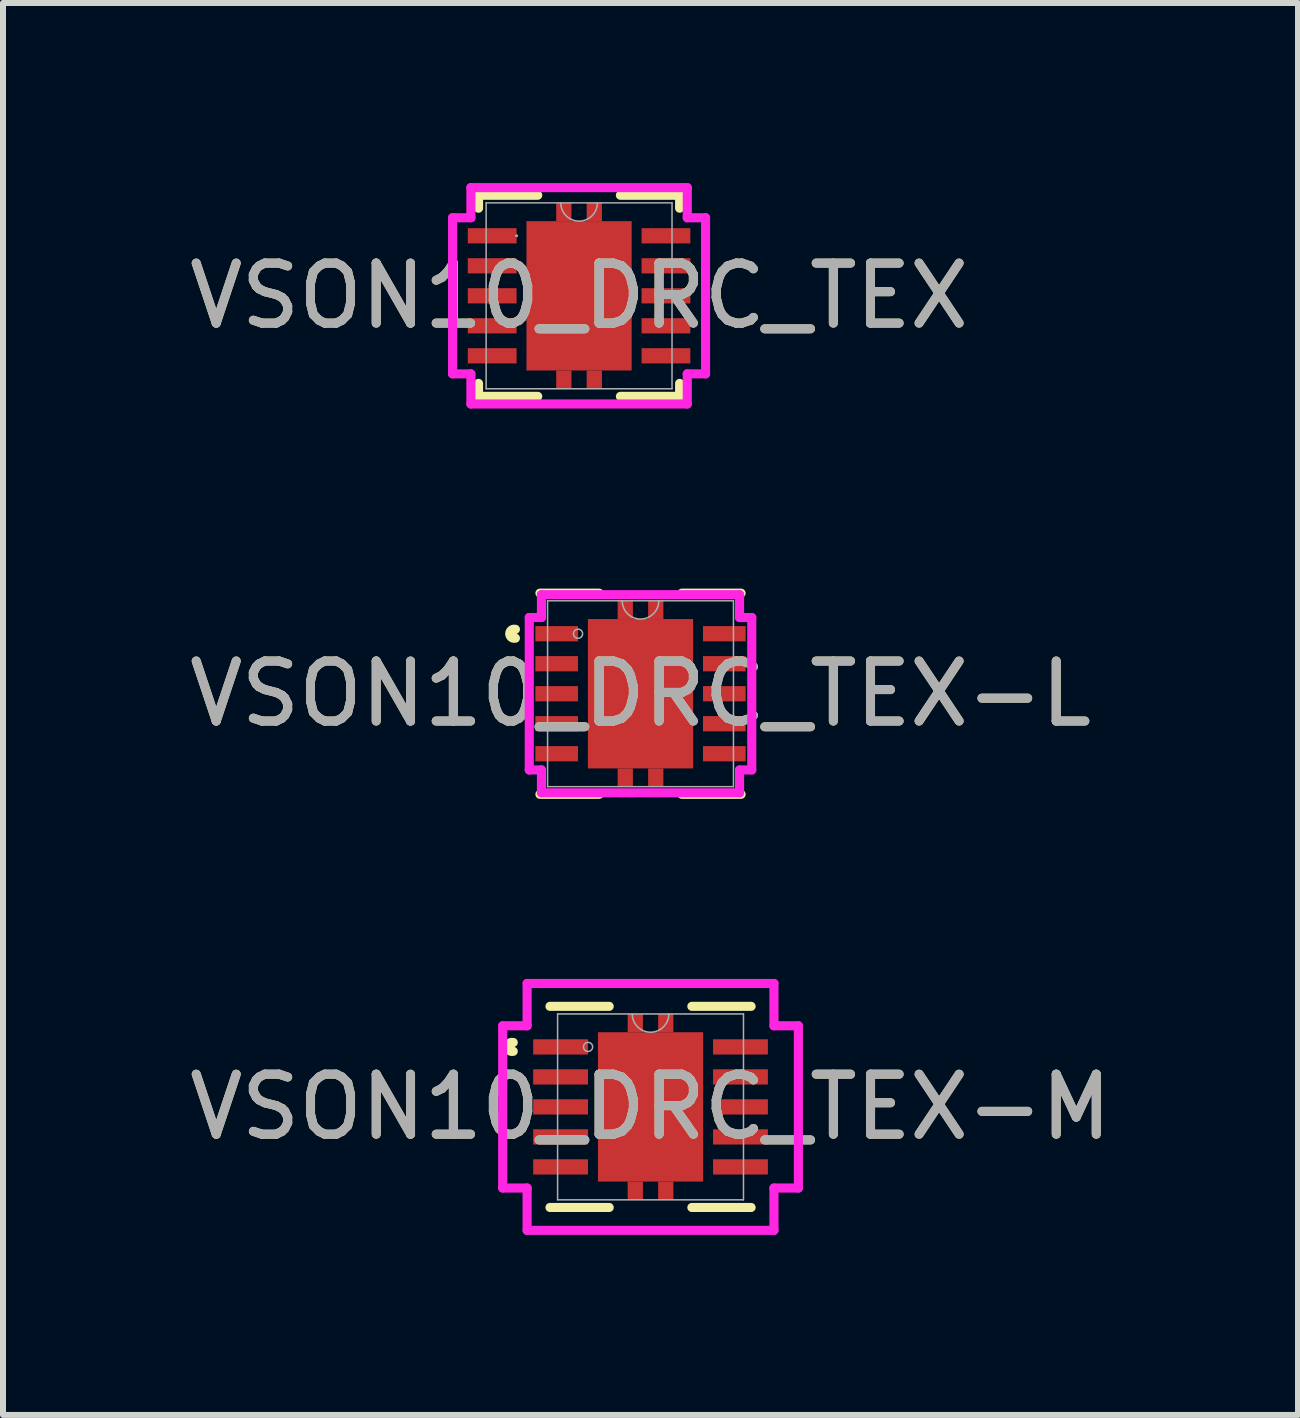
<source format=kicad_pcb>
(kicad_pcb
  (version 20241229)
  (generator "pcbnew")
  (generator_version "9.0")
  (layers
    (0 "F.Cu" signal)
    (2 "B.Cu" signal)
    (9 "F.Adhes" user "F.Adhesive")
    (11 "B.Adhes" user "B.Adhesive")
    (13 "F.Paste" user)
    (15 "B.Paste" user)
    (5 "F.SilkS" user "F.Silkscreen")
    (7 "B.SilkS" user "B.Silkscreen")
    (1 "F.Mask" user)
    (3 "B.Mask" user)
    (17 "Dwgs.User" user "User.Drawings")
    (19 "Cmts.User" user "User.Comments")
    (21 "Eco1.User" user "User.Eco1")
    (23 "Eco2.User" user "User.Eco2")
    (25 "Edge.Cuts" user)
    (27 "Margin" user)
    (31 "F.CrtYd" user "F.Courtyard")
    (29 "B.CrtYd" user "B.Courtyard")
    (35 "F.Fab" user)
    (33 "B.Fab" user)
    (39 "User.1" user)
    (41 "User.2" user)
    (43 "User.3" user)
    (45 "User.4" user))
  (footprint "VSON10_DRC_TEX-M"
    (layer "F.Cu")
    (at 7.792 15.398)
    (property "Reference" "VSON10_DRC_TEX-M" (at 0 0 0) (unlocked yes) (layer "F.SilkS") (effects (font (size 1 1) (thickness 0.15))))
    (attr smd)
    (fp_poly (pts (xy -0.381 -1.245) (xy -0.381 -1.549) (xy -0.127 -1.549) (xy -0.127 -1.245)) (stroke (width 0) (type solid)) (fill yes) (layer "F.Cu"))
    (fp_poly (pts (xy -0.381 1.245) (xy -0.381 1.549) (xy -0.127 1.549) (xy -0.127 1.245)) (stroke (width 0) (type solid)) (fill yes) (layer "F.Cu"))
    (fp_poly (pts (xy 0.381 -1.245) (xy 0.381 -1.549) (xy 0.127 -1.549) (xy 0.127 -1.245)) (stroke (width 0) (type solid)) (fill yes) (layer "F.Cu"))
    (fp_poly (pts (xy 0.381 1.245) (xy 0.381 1.549) (xy 0.127 1.549) (xy 0.127 1.245)) (stroke (width 0) (type solid)) (fill yes) (layer "F.Cu"))
    (fp_poly (pts (xy -0.381 -1.245) (xy -0.381 -1.549) (xy -0.127 -1.549) (xy -0.127 -1.245)) (stroke (width 0) (type solid)) (fill yes) (layer "F.Mask"))
    (fp_poly (pts (xy -0.381 1.245) (xy -0.381 1.549) (xy -0.127 1.549) (xy -0.127 1.245)) (stroke (width 0) (type solid)) (fill yes) (layer "F.Mask"))
    (fp_poly (pts (xy 0.381 -1.245) (xy 0.381 -1.549) (xy 0.127 -1.549) (xy 0.127 -1.245)) (stroke (width 0) (type solid)) (fill yes) (layer "F.Mask"))
    (fp_poly (pts (xy 0.381 1.245) (xy 0.381 1.549) (xy 0.127 1.549) (xy 0.127 1.245)) (stroke (width 0) (type solid)) (fill yes) (layer "F.Mask"))
    (fp_line (start -1.676 1.676) (end -0.689 1.676) (stroke (width 0.152) (type solid)) (layer "F.SilkS"))
    (fp_line (start -0.689 -1.676) (end -1.676 -1.676) (stroke (width 0.152) (type solid)) (layer "F.SilkS"))
    (fp_line (start 0.689 1.676) (end 1.676 1.676) (stroke (width 0.152) (type solid)) (layer "F.SilkS"))
    (fp_line (start 1.676 -1.676) (end 0.689 -1.676) (stroke (width 0.152) (type solid)) (layer "F.SilkS"))
    (fp_arc (start -2.28854 -0.926171) (mid -2.3836 -1) (end -2.28854 -1.073829) (stroke (width 0.1524) (type solid)) (layer "F.SilkS"))
    (fp_poly (pts (xy -0.381 -1.245) (xy -0.381 -1.549) (xy -0.127 -1.549) (xy -0.127 -1.245)) (stroke (width 0) (type solid)) (fill yes) (layer "F.Paste"))
    (fp_poly (pts (xy -0.381 1.245) (xy -0.381 1.549) (xy -0.127 1.549) (xy -0.127 1.245)) (stroke (width 0) (type solid)) (fill yes) (layer "F.Paste"))
    (fp_poly (pts (xy 0.381 -1.245) (xy 0.381 -1.549) (xy 0.127 -1.549) (xy 0.127 -1.245)) (stroke (width 0) (type solid)) (fill yes) (layer "F.Paste"))
    (fp_poly (pts (xy 0.381 1.245) (xy 0.381 1.549) (xy 0.127 1.549) (xy 0.127 1.245)) (stroke (width 0) (type solid)) (fill yes) (layer "F.Paste"))
    (fp_line (start -2.464 -1.352) (end -2.057 -1.352) (stroke (width 0.152) (type solid)) (layer "F.CrtYd"))
    (fp_line (start -2.464 1.352) (end -2.464 -1.352) (stroke (width 0.152) (type solid)) (layer "F.CrtYd"))
    (fp_line (start -2.464 1.352) (end -2.057 1.352) (stroke (width 0.152) (type solid)) (layer "F.CrtYd"))
    (fp_line (start -2.057 -2.057) (end 2.057 -2.057) (stroke (width 0.152) (type solid)) (layer "F.CrtYd"))
    (fp_line (start -2.057 -1.352) (end -2.057 -2.057) (stroke (width 0.152) (type solid)) (layer "F.CrtYd"))
    (fp_line (start -2.057 2.057) (end -2.057 1.352) (stroke (width 0.152) (type solid)) (layer "F.CrtYd"))
    (fp_line (start 2.057 -2.057) (end 2.057 -1.352) (stroke (width 0.152) (type solid)) (layer "F.CrtYd"))
    (fp_line (start 2.057 1.352) (end 2.057 2.057) (stroke (width 0.152) (type solid)) (layer "F.CrtYd"))
    (fp_line (start 2.057 2.057) (end -2.057 2.057) (stroke (width 0.152) (type solid)) (layer "F.CrtYd"))
    (fp_line (start 2.464 -1.352) (end 2.057 -1.352) (stroke (width 0.152) (type solid)) (layer "F.CrtYd"))
    (fp_line (start 2.464 -1.352) (end 2.464 1.352) (stroke (width 0.152) (type solid)) (layer "F.CrtYd"))
    (fp_line (start 2.464 1.352) (end 2.057 1.352) (stroke (width 0.152) (type solid)) (layer "F.CrtYd"))
    (fp_line (start -1.549 -1.549) (end -1.549 1.549) (stroke (width 0.025) (type solid)) (layer "F.Fab"))
    (fp_line (start -1.549 1.549) (end 1.549 1.549) (stroke (width 0.025) (type solid)) (layer "F.Fab"))
    (fp_line (start 1.549 -1.549) (end -1.549 -1.549) (stroke (width 0.025) (type solid)) (layer "F.Fab"))
    (fp_line (start 1.549 1.549) (end 1.549 -1.549) (stroke (width 0.025) (type solid)) (layer "F.Fab"))
    (fp_arc (start 0.3048 -1.5494) (mid 0 -1.2446) (end -0.3048 -1.5494) (stroke (width 0.0254) (type solid)) (layer "F.Fab"))
    (fp_circle (center -1.041 -1) (end -0.965 -1) (stroke (width 0.025) (type solid)) (fill no) (layer "F.Fab"))
    (fp_text user "${REFERENCE}" (at 0 0 0) (unlocked yes) (layer "F.Fab") (effects (font (size 1 1) (thickness 0.15))))
    (pad "1" smd rect (at -1.499 -1) (size 0.914 0.254) (layers "F.Cu" "F.Mask" "F.Paste"))
    (pad "2" smd rect (at -1.499 -0.5) (size 0.914 0.254) (layers "F.Cu" "F.Mask" "F.Paste"))
    (pad "3" smd rect (at -1.499 0) (size 0.914 0.254) (layers "F.Cu" "F.Mask" "F.Paste"))
    (pad "4" smd rect (at -1.499 0.5) (size 0.914 0.254) (layers "F.Cu" "F.Mask" "F.Paste"))
    (pad "5" smd rect (at -1.499 1) (size 0.914 0.254) (layers "F.Cu" "F.Mask" "F.Paste"))
    (pad "6" smd rect (at 1.499 1) (size 0.914 0.254) (layers "F.Cu" "F.Mask" "F.Paste"))
    (pad "7" smd rect (at 1.499 0.5) (size 0.914 0.254) (layers "F.Cu" "F.Mask" "F.Paste"))
    (pad "8" smd rect (at 1.499 0) (size 0.914 0.254) (layers "F.Cu" "F.Mask" "F.Paste"))
    (pad "9" smd rect (at 1.499 -0.5) (size 0.914 0.254) (layers "F.Cu" "F.Mask" "F.Paste"))
    (pad "10" smd rect (at 1.499 -1) (size 0.914 0.254) (layers "F.Cu" "F.Mask" "F.Paste"))
    (pad "11" smd rect (at 0 0) (size 1.753 2.489) (layers "F.Cu" "F.Mask" "F.Paste")))
  (footprint "VSON10_DRC_TEX"
    (layer "F.Cu")
    (at 6.601 1.88)
    (property "Reference" "VSON10_DRC_TEX" (at 0 0 0) (unlocked yes) (layer "F.SilkS") (effects (font (size 1 1) (thickness 0.15))))
    (attr smd)
    (fp_poly (pts (xy -0.381 -1.245) (xy -0.381 -1.549) (xy -0.127 -1.549) (xy -0.127 -1.245)) (stroke (width 0) (type solid)) (fill yes) (layer "F.Cu"))
    (fp_poly (pts (xy -0.381 1.245) (xy -0.381 1.549) (xy -0.127 1.549) (xy -0.127 1.245)) (stroke (width 0) (type solid)) (fill yes) (layer "F.Cu"))
    (fp_poly (pts (xy 0.381 -1.245) (xy 0.381 -1.549) (xy 0.127 -1.549) (xy 0.127 -1.245)) (stroke (width 0) (type solid)) (fill yes) (layer "F.Cu"))
    (fp_poly (pts (xy 0.381 1.245) (xy 0.381 1.549) (xy 0.127 1.549) (xy 0.127 1.245)) (stroke (width 0) (type solid)) (fill yes) (layer "F.Cu"))
    (fp_poly (pts (xy -0.381 -1.245) (xy -0.381 -1.549) (xy -0.127 -1.549) (xy -0.127 -1.245)) (stroke (width 0) (type solid)) (fill yes) (layer "F.Mask"))
    (fp_poly (pts (xy -0.381 1.245) (xy -0.381 1.549) (xy -0.127 1.549) (xy -0.127 1.245)) (stroke (width 0) (type solid)) (fill yes) (layer "F.Mask"))
    (fp_poly (pts (xy 0.381 -1.245) (xy 0.381 -1.549) (xy 0.127 -1.549) (xy 0.127 -1.245)) (stroke (width 0) (type solid)) (fill yes) (layer "F.Mask"))
    (fp_poly (pts (xy 0.381 1.245) (xy 0.381 1.549) (xy 0.127 1.549) (xy 0.127 1.245)) (stroke (width 0) (type solid)) (fill yes) (layer "F.Mask"))
    (fp_line (start -1.676 -1.676) (end -1.676 -1.46) (stroke (width 0.152) (type solid)) (layer "F.SilkS"))
    (fp_line (start -1.676 1.46) (end -1.676 1.676) (stroke (width 0.152) (type solid)) (layer "F.SilkS"))
    (fp_line (start -1.676 1.676) (end -0.689 1.676) (stroke (width 0.152) (type solid)) (layer "F.SilkS"))
    (fp_line (start -0.689 -1.676) (end -1.676 -1.676) (stroke (width 0.152) (type solid)) (layer "F.SilkS"))
    (fp_line (start 0.689 1.676) (end 1.676 1.676) (stroke (width 0.152) (type solid)) (layer "F.SilkS"))
    (fp_line (start 1.676 -1.676) (end 0.689 -1.676) (stroke (width 0.152) (type solid)) (layer "F.SilkS"))
    (fp_line (start 1.676 -1.46) (end 1.676 -1.676) (stroke (width 0.152) (type solid)) (layer "F.SilkS"))
    (fp_line (start 1.676 1.676) (end 1.676 1.46) (stroke (width 0.152) (type solid)) (layer "F.SilkS"))
    (fp_poly (pts (xy -0.381 -1.245) (xy -0.381 -1.549) (xy -0.127 -1.549) (xy -0.127 -1.245)) (stroke (width 0) (type solid)) (fill yes) (layer "F.Paste"))
    (fp_poly (pts (xy -0.381 1.245) (xy -0.381 1.549) (xy -0.127 1.549) (xy -0.127 1.245)) (stroke (width 0) (type solid)) (fill yes) (layer "F.Paste"))
    (fp_poly (pts (xy 0.381 -1.245) (xy 0.381 -1.549) (xy 0.127 -1.549) (xy 0.127 -1.245)) (stroke (width 0) (type solid)) (fill yes) (layer "F.Paste"))
    (fp_poly (pts (xy 0.381 1.245) (xy 0.381 1.549) (xy 0.127 1.549) (xy 0.127 1.245)) (stroke (width 0) (type solid)) (fill yes) (layer "F.Paste"))
    (fp_line (start -2.108 -1.301) (end -1.803 -1.301) (stroke (width 0.152) (type solid)) (layer "F.CrtYd"))
    (fp_line (start -2.108 1.301) (end -2.108 -1.301) (stroke (width 0.152) (type solid)) (layer "F.CrtYd"))
    (fp_line (start -2.108 1.301) (end -1.803 1.301) (stroke (width 0.152) (type solid)) (layer "F.CrtYd"))
    (fp_line (start -1.803 -1.803) (end 1.803 -1.803) (stroke (width 0.152) (type solid)) (layer "F.CrtYd"))
    (fp_line (start -1.803 -1.301) (end -1.803 -1.803) (stroke (width 0.152) (type solid)) (layer "F.CrtYd"))
    (fp_line (start -1.803 1.803) (end -1.803 1.301) (stroke (width 0.152) (type solid)) (layer "F.CrtYd"))
    (fp_line (start 1.803 -1.803) (end 1.803 -1.301) (stroke (width 0.152) (type solid)) (layer "F.CrtYd"))
    (fp_line (start 1.803 1.301) (end 1.803 1.803) (stroke (width 0.152) (type solid)) (layer "F.CrtYd"))
    (fp_line (start 1.803 1.803) (end -1.803 1.803) (stroke (width 0.152) (type solid)) (layer "F.CrtYd"))
    (fp_line (start 2.108 -1.301) (end 1.803 -1.301) (stroke (width 0.152) (type solid)) (layer "F.CrtYd"))
    (fp_line (start 2.108 -1.301) (end 2.108 1.301) (stroke (width 0.152) (type solid)) (layer "F.CrtYd"))
    (fp_line (start 2.108 1.301) (end 1.803 1.301) (stroke (width 0.152) (type solid)) (layer "F.CrtYd"))
    (fp_line (start -1.549 -1.549) (end -1.549 1.549) (stroke (width 0.025) (type solid)) (layer "F.Fab"))
    (fp_line (start -1.549 1.549) (end 1.549 1.549) (stroke (width 0.025) (type solid)) (layer "F.Fab"))
    (fp_line (start 1.549 -1.549) (end -1.549 -1.549) (stroke (width 0.025) (type solid)) (layer "F.Fab"))
    (fp_line (start 1.549 1.549) (end 1.549 -1.549) (stroke (width 0.025) (type solid)) (layer "F.Fab"))
    (fp_arc (start 0.3048 -1.5494) (mid 0 -1.2446) (end -0.3048 -1.5494) (stroke (width 0.0254) (type solid)) (layer "F.Fab"))
    (fp_circle (center -1.041 -1) (end -1.041 -1) (stroke (width 0.025) (type solid)) (fill no) (layer "F.Fab"))
    (fp_text user "${REFERENCE}" (at 0 0 0) (unlocked yes) (layer "F.Fab") (effects (font (size 1 1) (thickness 0.15))))
    (pad "1" smd rect (at -1.448 -1) (size 0.813 0.254) (layers "F.Cu" "F.Mask" "F.Paste"))
    (pad "2" smd rect (at -1.448 -0.5) (size 0.813 0.254) (layers "F.Cu" "F.Mask" "F.Paste"))
    (pad "3" smd rect (at -1.448 0) (size 0.813 0.254) (layers "F.Cu" "F.Mask" "F.Paste"))
    (pad "4" smd rect (at -1.448 0.5) (size 0.813 0.254) (layers "F.Cu" "F.Mask" "F.Paste"))
    (pad "5" smd rect (at -1.448 1) (size 0.813 0.254) (layers "F.Cu" "F.Mask" "F.Paste"))
    (pad "6" smd rect (at 1.448 1) (size 0.813 0.254) (layers "F.Cu" "F.Mask" "F.Paste"))
    (pad "7" smd rect (at 1.448 0.5) (size 0.813 0.254) (layers "F.Cu" "F.Mask" "F.Paste"))
    (pad "8" smd rect (at 1.448 0) (size 0.813 0.254) (layers "F.Cu" "F.Mask" "F.Paste"))
    (pad "9" smd rect (at 1.448 -0.5) (size 0.813 0.254) (layers "F.Cu" "F.Mask" "F.Paste"))
    (pad "10" smd rect (at 1.448 -1) (size 0.813 0.254) (layers "F.Cu" "F.Mask" "F.Paste"))
    (pad "11" smd rect (at 0 0) (size 1.753 2.489) (layers "F.Cu" "F.Mask" "F.Paste")))
  (footprint "VSON10_DRC_TEX-L"
    (layer "F.Cu")
    (at 7.625 8.512)
    (property "Reference" "VSON10_DRC_TEX-L" (at 0 0 0) (unlocked yes) (layer "F.SilkS") (effects (font (size 1 1) (thickness 0.15))))
    (attr smd)
    (fp_poly (pts (xy -0.381 -1.245) (xy -0.381 -1.549) (xy -0.127 -1.549) (xy -0.127 -1.245)) (stroke (width 0) (type solid)) (fill yes) (layer "F.Cu"))
    (fp_poly (pts (xy -0.381 1.245) (xy -0.381 1.549) (xy -0.127 1.549) (xy -0.127 1.245)) (stroke (width 0) (type solid)) (fill yes) (layer "F.Cu"))
    (fp_poly (pts (xy 0.381 -1.245) (xy 0.381 -1.549) (xy 0.127 -1.549) (xy 0.127 -1.245)) (stroke (width 0) (type solid)) (fill yes) (layer "F.Cu"))
    (fp_poly (pts (xy 0.381 1.245) (xy 0.381 1.549) (xy 0.127 1.549) (xy 0.127 1.245)) (stroke (width 0) (type solid)) (fill yes) (layer "F.Cu"))
    (fp_poly (pts (xy -0.381 -1.245) (xy -0.381 -1.549) (xy -0.127 -1.549) (xy -0.127 -1.245)) (stroke (width 0) (type solid)) (fill yes) (layer "F.Mask"))
    (fp_poly (pts (xy -0.381 1.245) (xy -0.381 1.549) (xy -0.127 1.549) (xy -0.127 1.245)) (stroke (width 0) (type solid)) (fill yes) (layer "F.Mask"))
    (fp_poly (pts (xy 0.381 -1.245) (xy 0.381 -1.549) (xy 0.127 -1.549) (xy 0.127 -1.245)) (stroke (width 0) (type solid)) (fill yes) (layer "F.Mask"))
    (fp_poly (pts (xy 0.381 1.245) (xy 0.381 1.549) (xy 0.127 1.549) (xy 0.127 1.245)) (stroke (width 0) (type solid)) (fill yes) (layer "F.Mask"))
    (fp_line (start -1.676 1.676) (end -0.689 1.676) (stroke (width 0.152) (type solid)) (layer "F.SilkS"))
    (fp_line (start -0.689 -1.676) (end -1.676 -1.676) (stroke (width 0.152) (type solid)) (layer "F.SilkS"))
    (fp_line (start 0.689 1.676) (end 1.676 1.676) (stroke (width 0.152) (type solid)) (layer "F.SilkS"))
    (fp_line (start 1.676 -1.676) (end 0.689 -1.676) (stroke (width 0.152) (type solid)) (layer "F.SilkS"))
    (fp_arc (start -2.08534 -0.926171) (mid -2.1804 -1) (end -2.08534 -1.073829) (stroke (width 0.1524) (type solid)) (layer "F.SilkS"))
    (fp_poly (pts (xy -0.381 -1.245) (xy -0.381 -1.549) (xy -0.127 -1.549) (xy -0.127 -1.245)) (stroke (width 0) (type solid)) (fill yes) (layer "F.Paste"))
    (fp_poly (pts (xy -0.381 1.245) (xy -0.381 1.549) (xy -0.127 1.549) (xy -0.127 1.245)) (stroke (width 0) (type solid)) (fill yes) (layer "F.Paste"))
    (fp_poly (pts (xy 0.381 -1.245) (xy 0.381 -1.549) (xy 0.127 -1.549) (xy 0.127 -1.245)) (stroke (width 0) (type solid)) (fill yes) (layer "F.Paste"))
    (fp_poly (pts (xy 0.381 1.245) (xy 0.381 1.549) (xy 0.127 1.549) (xy 0.127 1.245)) (stroke (width 0) (type solid)) (fill yes) (layer "F.Paste"))
    (fp_line (start -1.854 -1.27) (end -1.651 -1.27) (stroke (width 0.152) (type solid)) (layer "F.CrtYd"))
    (fp_line (start -1.854 1.27) (end -1.854 -1.27) (stroke (width 0.152) (type solid)) (layer "F.CrtYd"))
    (fp_line (start -1.854 1.27) (end -1.651 1.27) (stroke (width 0.152) (type solid)) (layer "F.CrtYd"))
    (fp_line (start -1.651 -1.651) (end 1.651 -1.651) (stroke (width 0.152) (type solid)) (layer "F.CrtYd"))
    (fp_line (start -1.651 -1.27) (end -1.651 -1.651) (stroke (width 0.152) (type solid)) (layer "F.CrtYd"))
    (fp_line (start -1.651 1.651) (end -1.651 1.27) (stroke (width 0.152) (type solid)) (layer "F.CrtYd"))
    (fp_line (start 1.651 -1.651) (end 1.651 -1.27) (stroke (width 0.152) (type solid)) (layer "F.CrtYd"))
    (fp_line (start 1.651 1.27) (end 1.651 1.651) (stroke (width 0.152) (type solid)) (layer "F.CrtYd"))
    (fp_line (start 1.651 1.651) (end -1.651 1.651) (stroke (width 0.152) (type solid)) (layer "F.CrtYd"))
    (fp_line (start 1.854 -1.27) (end 1.651 -1.27) (stroke (width 0.152) (type solid)) (layer "F.CrtYd"))
    (fp_line (start 1.854 -1.27) (end 1.854 1.27) (stroke (width 0.152) (type solid)) (layer "F.CrtYd"))
    (fp_line (start 1.854 1.27) (end 1.651 1.27) (stroke (width 0.152) (type solid)) (layer "F.CrtYd"))
    (fp_line (start -1.549 -1.549) (end -1.549 1.549) (stroke (width 0.025) (type solid)) (layer "F.Fab"))
    (fp_line (start -1.549 1.549) (end 1.549 1.549) (stroke (width 0.025) (type solid)) (layer "F.Fab"))
    (fp_line (start 1.549 -1.549) (end -1.549 -1.549) (stroke (width 0.025) (type solid)) (layer "F.Fab"))
    (fp_line (start 1.549 1.549) (end 1.549 -1.549) (stroke (width 0.025) (type solid)) (layer "F.Fab"))
    (fp_arc (start 0.3048 -1.5494) (mid 0 -1.2446) (end -0.3048 -1.5494) (stroke (width 0.0254) (type solid)) (layer "F.Fab"))
    (fp_circle (center -1.041 -1) (end -0.965 -1) (stroke (width 0.025) (type solid)) (fill no) (layer "F.Fab"))
    (fp_text user "${REFERENCE}" (at 0 0 0) (unlocked yes) (layer "F.Fab") (effects (font (size 1 1) (thickness 0.15))))
    (pad "1" smd rect (at -1.397 -1) (size 0.711 0.254) (layers "F.Cu" "F.Mask" "F.Paste"))
    (pad "2" smd rect (at -1.397 -0.5) (size 0.711 0.254) (layers "F.Cu" "F.Mask" "F.Paste"))
    (pad "3" smd rect (at -1.397 0) (size 0.711 0.254) (layers "F.Cu" "F.Mask" "F.Paste"))
    (pad "4" smd rect (at -1.397 0.5) (size 0.711 0.254) (layers "F.Cu" "F.Mask" "F.Paste"))
    (pad "5" smd rect (at -1.397 1) (size 0.711 0.254) (layers "F.Cu" "F.Mask" "F.Paste"))
    (pad "6" smd rect (at 1.397 1) (size 0.711 0.254) (layers "F.Cu" "F.Mask" "F.Paste"))
    (pad "7" smd rect (at 1.397 0.5) (size 0.711 0.254) (layers "F.Cu" "F.Mask" "F.Paste"))
    (pad "8" smd rect (at 1.397 0) (size 0.711 0.254) (layers "F.Cu" "F.Mask" "F.Paste"))
    (pad "9" smd rect (at 1.397 -0.5) (size 0.711 0.254) (layers "F.Cu" "F.Mask" "F.Paste"))
    (pad "10" smd rect (at 1.397 -1) (size 0.711 0.254) (layers "F.Cu" "F.Mask" "F.Paste"))
    (pad "11" smd rect (at 0 0) (size 1.753 2.489) (layers "F.Cu" "F.Mask" "F.Paste")))
  (gr_rect
    (start -3 -3)
    (end 18.583 20.532)
    (stroke (width 0.1) (type default))
    (fill no)
    (layer "Edge.Cuts")))
</source>
